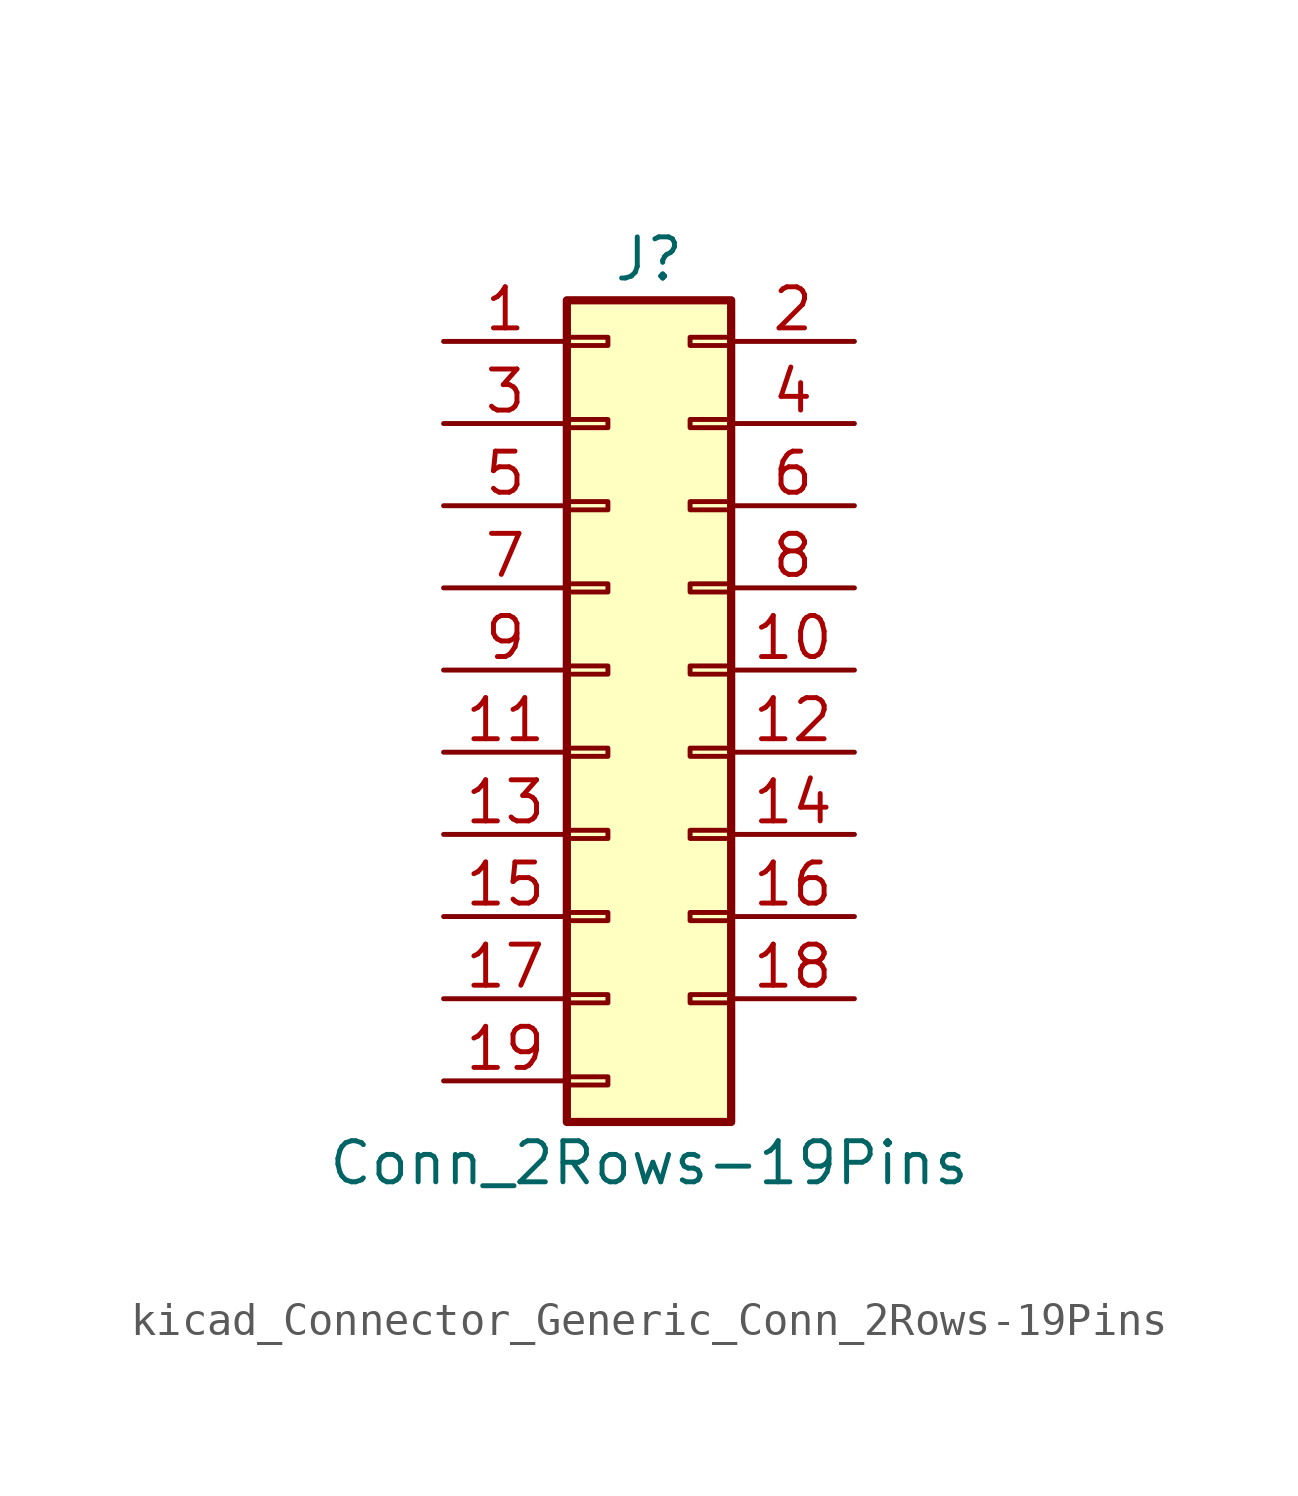
<source format=kicad_sym>
(kicad_symbol_lib
  (version 20220914)
  (generator kicad_symbol_editor)
  (symbol "kicad_Connector_Generic_Conn_2Rows-19Pins"
    (pin_names
      (offset 1.016) hide)
    (property "Reference" "J"
      (at 1.27 12.7 0)
      (effects (font (size 1.27 1.27))))
    (property "Value" "Conn_2Rows-19Pins"
      (at 1.27 -15.24 0)
      (effects (font (size 1.27 1.27))))
    (symbol "kicad_Connector_Generic_Conn_2Rows-19Pins_1_1"
      (rectangle (start -1.27 -12.573) (end 0 -12.827) (stroke (width 0.152) (type default)) (fill (type none)))
      (rectangle (start -1.27 -10.033) (end 0 -10.287) (stroke (width 0.152) (type default)) (fill (type none)))
      (rectangle (start -1.27 -7.493) (end 0 -7.747) (stroke (width 0.152) (type default)) (fill (type none)))
      (rectangle (start -1.27 -4.953) (end 0 -5.207) (stroke (width 0.152) (type default)) (fill (type none)))
      (rectangle (start -1.27 -2.413) (end 0 -2.667) (stroke (width 0.152) (type default)) (fill (type none)))
      (rectangle (start -1.27 0.127) (end 0 -0.127) (stroke (width 0.152) (type default)) (fill (type none)))
      (rectangle (start -1.27 2.667) (end 0 2.413) (stroke (width 0.152) (type default)) (fill (type none)))
      (rectangle (start -1.27 5.207) (end 0 4.953) (stroke (width 0.152) (type default)) (fill (type none)))
      (rectangle (start -1.27 7.747) (end 0 7.493) (stroke (width 0.152) (type default)) (fill (type none)))
      (rectangle (start -1.27 10.287) (end 0 10.033) (stroke (width 0.152) (type default)) (fill (type none)))
      (rectangle (start -1.27 11.43) (end 3.81 -13.97) (stroke (width 0.254) (type default)) (fill (type background)))
      (rectangle (start 3.81 -10.033) (end 2.54 -10.287) (stroke (width 0.152) (type default)) (fill (type none)))
      (rectangle (start 3.81 -7.493) (end 2.54 -7.747) (stroke (width 0.152) (type default)) (fill (type none)))
      (rectangle (start 3.81 -4.953) (end 2.54 -5.207) (stroke (width 0.152) (type default)) (fill (type none)))
      (rectangle (start 3.81 -2.413) (end 2.54 -2.667) (stroke (width 0.152) (type default)) (fill (type none)))
      (rectangle (start 3.81 0.127) (end 2.54 -0.127) (stroke (width 0.152) (type default)) (fill (type none)))
      (rectangle (start 3.81 2.667) (end 2.54 2.413) (stroke (width 0.152) (type default)) (fill (type none)))
      (rectangle (start 3.81 5.207) (end 2.54 4.953) (stroke (width 0.152) (type default)) (fill (type none)))
      (rectangle (start 3.81 7.747) (end 2.54 7.493) (stroke (width 0.152) (type default)) (fill (type none)))
      (rectangle (start 3.81 10.287) (end 2.54 10.033) (stroke (width 0.152) (type default)) (fill (type none)))
      (pin passive line (at -5.08 10.16 0) (length 3.81) (name "Pin_1" (effects (font (size 1.27 1.27)))) (number "1" (effects (font (size 1.27 1.27)))))
      (pin passive line (at 7.62 0 180) (length 3.81) (name "Pin_10" (effects (font (size 1.27 1.27)))) (number "10" (effects (font (size 1.27 1.27)))))
      (pin passive line (at -5.08 -2.54 0) (length 3.81) (name "Pin_11" (effects (font (size 1.27 1.27)))) (number "11" (effects (font (size 1.27 1.27)))))
      (pin passive line (at 7.62 -2.54 180) (length 3.81) (name "Pin_12" (effects (font (size 1.27 1.27)))) (number "12" (effects (font (size 1.27 1.27)))))
      (pin passive line (at -5.08 -5.08 0) (length 3.81) (name "Pin_13" (effects (font (size 1.27 1.27)))) (number "13" (effects (font (size 1.27 1.27)))))
      (pin passive line (at 7.62 -5.08 180) (length 3.81) (name "Pin_14" (effects (font (size 1.27 1.27)))) (number "14" (effects (font (size 1.27 1.27)))))
      (pin passive line (at -5.08 -7.62 0) (length 3.81) (name "Pin_15" (effects (font (size 1.27 1.27)))) (number "15" (effects (font (size 1.27 1.27)))))
      (pin passive line (at 7.62 -7.62 180) (length 3.81) (name "Pin_16" (effects (font (size 1.27 1.27)))) (number "16" (effects (font (size 1.27 1.27)))))
      (pin passive line (at -5.08 -10.16 0) (length 3.81) (name "Pin_17" (effects (font (size 1.27 1.27)))) (number "17" (effects (font (size 1.27 1.27)))))
      (pin passive line (at 7.62 -10.16 180) (length 3.81) (name "Pin_18" (effects (font (size 1.27 1.27)))) (number "18" (effects (font (size 1.27 1.27)))))
      (pin passive line (at -5.08 -12.7 0) (length 3.81) (name "Pin_19" (effects (font (size 1.27 1.27)))) (number "19" (effects (font (size 1.27 1.27)))))
      (pin passive line (at 7.62 10.16 180) (length 3.81) (name "Pin_2" (effects (font (size 1.27 1.27)))) (number "2" (effects (font (size 1.27 1.27)))))
      (pin passive line (at -5.08 7.62 0) (length 3.81) (name "Pin_3" (effects (font (size 1.27 1.27)))) (number "3" (effects (font (size 1.27 1.27)))))
      (pin passive line (at 7.62 7.62 180) (length 3.81) (name "Pin_4" (effects (font (size 1.27 1.27)))) (number "4" (effects (font (size 1.27 1.27)))))
      (pin passive line (at -5.08 5.08 0) (length 3.81) (name "Pin_5" (effects (font (size 1.27 1.27)))) (number "5" (effects (font (size 1.27 1.27)))))
      (pin passive line (at 7.62 5.08 180) (length 3.81) (name "Pin_6" (effects (font (size 1.27 1.27)))) (number "6" (effects (font (size 1.27 1.27)))))
      (pin passive line (at -5.08 2.54 0) (length 3.81) (name "Pin_7" (effects (font (size 1.27 1.27)))) (number "7" (effects (font (size 1.27 1.27)))))
      (pin passive line (at 7.62 2.54 180) (length 3.81) (name "Pin_8" (effects (font (size 1.27 1.27)))) (number "8" (effects (font (size 1.27 1.27)))))
      (pin passive line (at -5.08 0 0) (length 3.81) (name "Pin_9" (effects (font (size 1.27 1.27)))) (number "9" (effects (font (size 1.27 1.27))))))))
</source>
